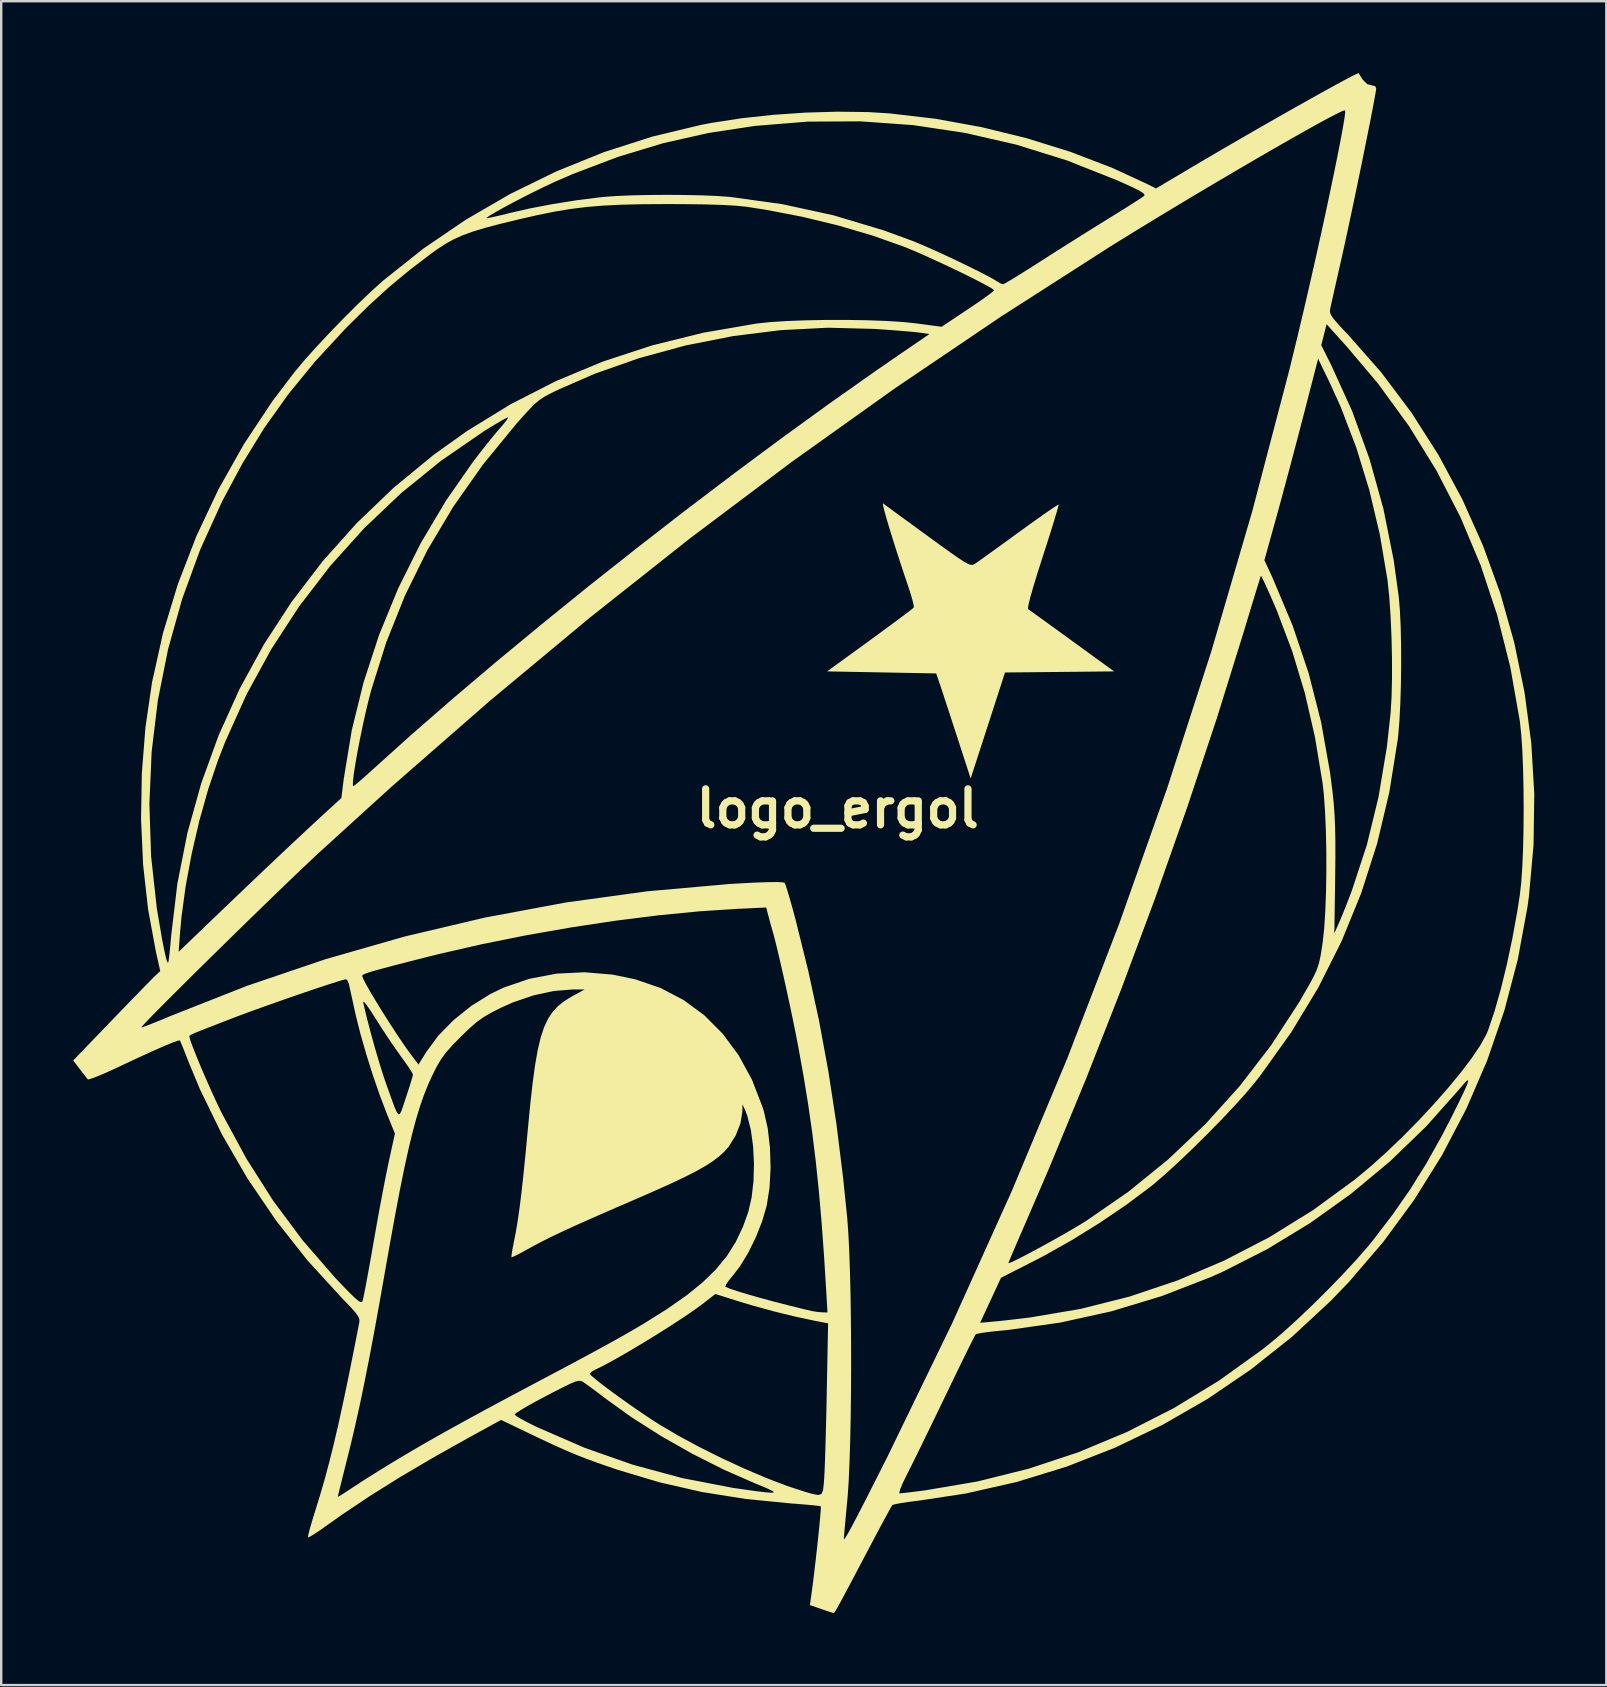
<source format=kicad_pcb>
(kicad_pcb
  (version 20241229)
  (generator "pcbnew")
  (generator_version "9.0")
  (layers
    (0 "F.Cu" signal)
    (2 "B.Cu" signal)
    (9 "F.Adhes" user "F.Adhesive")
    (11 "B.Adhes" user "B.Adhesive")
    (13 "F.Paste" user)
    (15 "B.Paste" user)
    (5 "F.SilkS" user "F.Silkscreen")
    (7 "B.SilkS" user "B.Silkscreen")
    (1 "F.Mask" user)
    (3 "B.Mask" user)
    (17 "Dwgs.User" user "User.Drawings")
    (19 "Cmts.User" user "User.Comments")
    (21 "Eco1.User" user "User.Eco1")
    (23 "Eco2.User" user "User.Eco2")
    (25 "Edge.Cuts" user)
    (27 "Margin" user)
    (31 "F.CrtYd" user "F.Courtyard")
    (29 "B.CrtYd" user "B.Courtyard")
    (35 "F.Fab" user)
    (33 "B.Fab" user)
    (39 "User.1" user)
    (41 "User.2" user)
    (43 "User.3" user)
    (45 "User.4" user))
  (footprint "logo_ergol"
    (layer "F.Cu")
    (at 31.851 30.638)
    (property "Reference" "logo_ergol" (at 0 0 0) (layer "F.SilkS") (effects (font (size 1.5 1.5) (thickness 0.3))))
    (attr board_only exclude_from_pos_files exclude_from_bom)
    (fp_poly (pts (xy 1.891 -12.715) (xy 1.984 -12.645) (xy 2.195 -12.491) (xy 2.503 -12.265) (xy 2.891 -11.982) (xy 3.337 -11.656) (xy 3.755 -11.352) (xy 4.292 -10.961) (xy 4.711 -10.661) (xy 5.027 -10.44) (xy 5.259 -10.289) (xy 5.423 -10.197) (xy 5.538 -10.154) (xy 5.619 -10.151) (xy 5.685 -10.176) (xy 5.714 -10.194) (xy 5.836 -10.279) (xy 6.073 -10.448) (xy 6.403 -10.685) (xy 6.805 -10.975) (xy 7.255 -11.302) (xy 7.541 -11.51) (xy 7.999 -11.841) (xy 8.41 -12.134) (xy 8.755 -12.375) (xy 9.015 -12.552) (xy 9.17 -12.65) (xy 9.207 -12.666) (xy 9.19 -12.58) (xy 9.127 -12.354) (xy 9.024 -12.011) (xy 8.888 -11.57) (xy 8.724 -11.054) (xy 8.545 -10.499) (xy 8.335 -9.843) (xy 8.165 -9.287) (xy 8.037 -8.843) (xy 7.957 -8.524) (xy 7.927 -8.345) (xy 7.934 -8.31) (xy 8.023 -8.247) (xy 8.23 -8.098) (xy 8.535 -7.878) (xy 8.919 -7.6) (xy 9.362 -7.279) (xy 9.767 -6.985) (xy 11.516 -5.715) (xy 9.244 -5.692) (xy 6.972 -5.67) (xy 6.257 -3.461) (xy 5.541 -1.253) (xy 4.967 -3.018) (xy 4.789 -3.565) (xy 4.62 -4.084) (xy 4.469 -4.543) (xy 4.347 -4.913) (xy 4.265 -5.162) (xy 4.249 -5.207) (xy 4.104 -5.63) (xy 1.832 -5.673) (xy -0.441 -5.715) (xy 1.345 -7.012) (xy 1.826 -7.364) (xy 2.262 -7.684) (xy 2.633 -7.96) (xy 2.921 -8.176) (xy 3.107 -8.321) (xy 3.172 -8.377) (xy 3.165 -8.482) (xy 3.11 -8.707) (xy 3.019 -9.014) (xy 2.959 -9.197) (xy 2.727 -9.887) (xy 2.513 -10.541) (xy 2.322 -11.14) (xy 2.158 -11.668) (xy 2.028 -12.107) (xy 1.936 -12.439) (xy 1.887 -12.649) (xy 1.888 -12.717)) (stroke (width 0) (type solid)) (fill yes) (layer "F.SilkS"))
    (fp_poly (pts (xy 21.76 -30.552) (xy 21.864 -30.386) (xy 21.872 -30.374) (xy 22.065 -30.182) (xy 22.227 -30.141) (xy 22.399 -30.095) (xy 22.437 -30.005) (xy 22.42 -29.872) (xy 22.371 -29.595) (xy 22.296 -29.194) (xy 22.198 -28.688) (xy 22.081 -28.1) (xy 21.95 -27.45) (xy 21.809 -26.757) (xy 21.662 -26.044) (xy 21.513 -25.33) (xy 21.366 -24.636) (xy 21.226 -23.983) (xy 21.097 -23.391) (xy 20.998 -22.945) (xy 20.871 -22.387) (xy 20.755 -21.873) (xy 20.656 -21.429) (xy 20.578 -21.084) (xy 20.529 -20.863) (xy 20.517 -20.807) (xy 20.51 -20.699) (xy 20.546 -20.582) (xy 20.642 -20.431) (xy 20.816 -20.222) (xy 21.086 -19.93) (xy 21.257 -19.751) (xy 22.642 -18.18) (xy 23.901 -16.504) (xy 25.031 -14.733) (xy 26.028 -12.878) (xy 26.889 -10.951) (xy 27.61 -8.962) (xy 28.187 -6.923) (xy 28.617 -4.844) (xy 28.898 -2.737) (xy 29.024 -0.612) (xy 28.993 1.519) (xy 28.802 3.645) (xy 28.739 4.106) (xy 28.336 6.29) (xy 27.775 8.423) (xy 27.059 10.499) (xy 26.192 12.509) (xy 25.178 14.444) (xy 24.022 16.298) (xy 22.727 18.062) (xy 21.298 19.727) (xy 20.537 20.517) (xy 18.928 22.009) (xy 17.216 23.37) (xy 15.411 24.597) (xy 13.524 25.683) (xy 11.564 26.625) (xy 9.539 27.418) (xy 7.461 28.057) (xy 5.339 28.538) (xy 3.433 28.827) (xy 3.019 28.88) (xy 2.667 28.932) (xy 2.411 28.979) (xy 2.284 29.015) (xy 2.278 29.019) (xy 2.223 29.11) (xy 2.101 29.328) (xy 1.926 29.651) (xy 1.709 30.054) (xy 1.463 30.517) (xy 1.371 30.692) (xy 0.987 31.42) (xy 0.675 32.012) (xy 0.426 32.483) (xy 0.233 32.844) (xy 0.088 33.112) (xy -0.015 33.299) (xy -0.086 33.419) (xy -0.13 33.487) (xy -0.156 33.516) (xy -0.169 33.52) (xy -0.266 33.491) (xy -0.473 33.423) (xy -0.684 33.35) (xy -1.156 33.185) (xy -1.088 32.7) (xy -1.036 32.311) (xy -0.98 31.852) (xy -0.921 31.354) (xy -0.864 30.843) (xy -0.81 30.348) (xy -0.764 29.897) (xy -0.729 29.518) (xy -0.706 29.24) (xy -0.7 29.09) (xy -0.702 29.072) (xy -0.795 29.054) (xy -1.026 29.027) (xy -1.362 28.997) (xy -1.772 28.964) (xy -1.914 28.954) (xy -3.833 28.766) (xy -5.652 28.476) (xy -7.412 28.074) (xy -9.154 27.554) (xy -9.385 27.476) (xy -9.961 27.276) (xy -10.449 27.098) (xy -10.892 26.926) (xy -11.333 26.74) (xy -11.814 26.524) (xy -12.377 26.261) (xy -12.791 26.063) (xy -14.025 25.472) (xy -15.373 26.211) (xy -16.889 27.062) (xy -18.261 27.872) (xy -19.508 28.653) (xy -20.647 29.416) (xy -21.238 29.835) (xy -21.553 30.057) (xy -21.815 30.232) (xy -21.997 30.341) (xy -22.069 30.368) (xy -22.06 30.277) (xy -22.005 30.056) (xy -21.914 29.736) (xy -21.795 29.347) (xy -21.761 29.239) (xy -21.586 28.674) (xy -20.828 28.674) (xy -20.763 28.645) (xy -20.59 28.539) (xy -20.339 28.376) (xy -20.192 28.278) (xy -19.889 28.079) (xy -19.484 27.821) (xy -19.024 27.534) (xy -18.552 27.244) (xy -18.367 27.132) (xy -17.744 26.762) (xy -17.082 26.378) (xy -16.363 25.971) (xy -15.567 25.531) (xy -15.041 25.244) (xy -13.462 25.244) (xy -13.39 25.31) (xy -13.193 25.429) (xy -12.901 25.586) (xy -12.542 25.764) (xy -12.51 25.779) (xy -10.525 26.641) (xy -8.523 27.343) (xy -6.479 27.895) (xy -4.366 28.303) (xy -3.387 28.442) (xy -2.988 28.489) (xy -2.743 28.506) (xy -2.653 28.488) (xy -2.718 28.429) (xy -2.939 28.324) (xy -3.318 28.166) (xy -3.441 28.116) (xy -4.737 27.547) (xy -6.058 26.881) (xy -7.353 26.146) (xy -8.575 25.369) (xy -9.606 24.63) (xy -9.942 24.375) (xy -10.245 24.149) (xy -10.482 23.977) (xy -10.614 23.886) (xy -10.692 23.849) (xy -10.786 23.842) (xy -10.921 23.874) (xy -11.118 23.953) (xy -11.403 24.089) (xy -11.798 24.291) (xy -12.131 24.465) (xy -12.561 24.693) (xy -12.932 24.9) (xy -13.222 25.071) (xy -13.406 25.191) (xy -13.462 25.244) (xy -15.041 25.244) (xy -14.678 25.046) (xy -13.675 24.508) (xy -12.541 23.905) (xy -12.43 23.846) (xy -11.863 23.546) (xy -10.329 23.546) (xy -10.263 23.627) (xy -10.078 23.787) (xy -9.799 24.007) (xy -9.447 24.271) (xy -9.045 24.564) (xy -8.617 24.868) (xy -8.185 25.166) (xy -7.771 25.443) (xy -7.451 25.648) (xy -6.656 26.119) (xy -5.771 26.597) (xy -4.834 27.064) (xy -3.885 27.503) (xy -2.961 27.896) (xy -2.101 28.225) (xy -1.397 28.456) (xy -1.037 28.56) (xy -0.807 28.6) (xy -0.676 28.556) (xy -0.611 28.406) (xy -0.578 28.129) (xy -0.563 27.919) (xy -0.548 27.664) (xy -0.532 27.266) (xy -0.515 26.751) (xy -0.497 26.145) (xy -0.48 25.475) (xy -0.463 24.766) (xy -0.455 24.334) (xy -0.399 21.448) (xy -0.94 21.344) (xy -1.748 21.172) (xy -2.634 20.955) (xy -3.521 20.713) (xy -4.156 20.522) (xy -5.097 20.224) (xy -5.575 20.599) (xy -5.927 20.859) (xy -6.389 21.176) (xy -6.931 21.53) (xy -7.52 21.903) (xy -8.126 22.275) (xy -8.718 22.627) (xy -9.264 22.941) (xy -9.734 23.197) (xy -10.096 23.375) (xy -10.097 23.375) (xy -10.261 23.469) (xy -10.329 23.546) (xy -11.863 23.546) (xy -11.536 23.372) (xy -10.773 22.965) (xy -10.123 22.615) (xy -9.567 22.311) (xy -9.086 22.044) (xy -8.661 21.802) (xy -8.274 21.576) (xy -8.05 21.442) (xy -7.101 20.846) (xy -6.299 20.285) (xy -5.628 19.742) (xy -5.072 19.2) (xy -4.616 18.644) (xy -4.246 18.056) (xy -3.945 17.421) (xy -3.725 16.806) (xy -3.586 16.207) (xy -3.507 15.519) (xy -3.487 14.788) (xy -3.525 14.06) (xy -3.619 13.382) (xy -3.767 12.798) (xy -3.851 12.58) (xy -3.966 12.319) (xy -3.972 12.633) (xy -4.052 13.122) (xy -4.253 13.629) (xy -4.546 14.093) (xy -4.733 14.304) (xy -4.947 14.498) (xy -5.199 14.69) (xy -5.505 14.888) (xy -5.882 15.101) (xy -6.346 15.338) (xy -6.914 15.608) (xy -7.604 15.919) (xy -8.43 16.281) (xy -8.636 16.37) (xy -9.527 16.755) (xy -10.28 17.085) (xy -10.915 17.368) (xy -11.451 17.614) (xy -11.907 17.831) (xy -12.303 18.028) (xy -12.657 18.214) (xy -12.959 18.381) (xy -13.24 18.536) (xy -13.459 18.646) (xy -13.579 18.695) (xy -13.591 18.695) (xy -13.589 18.605) (xy -13.556 18.393) (xy -13.5 18.105) (xy -13.494 18.075) (xy -13.409 17.642) (xy -13.329 17.16) (xy -13.25 16.61) (xy -13.171 15.97) (xy -13.089 15.221) (xy -13.001 14.342) (xy -12.914 13.42) (xy -12.813 12.366) (xy -12.713 11.466) (xy -12.61 10.706) (xy -12.499 10.069) (xy -12.374 9.541) (xy -12.231 9.107) (xy -12.064 8.752) (xy -11.868 8.461) (xy -11.638 8.218) (xy -11.37 8.009) (xy -11.057 7.818) (xy -11.007 7.791) (xy -10.541 7.538) (xy -11.049 7.538) (xy -11.833 7.601) (xy -12.675 7.784) (xy -13.528 8.075) (xy -14.035 8.301) (xy -14.446 8.509) (xy -14.769 8.7) (xy -15.057 8.909) (xy -15.36 9.174) (xy -15.709 9.512) (xy -16.063 9.873) (xy -16.325 10.17) (xy -16.528 10.449) (xy -16.709 10.757) (xy -16.878 11.091) (xy -17.061 11.494) (xy -17.234 11.925) (xy -17.4 12.4) (xy -17.562 12.931) (xy -17.724 13.534) (xy -17.889 14.222) (xy -18.061 15.01) (xy -18.244 15.912) (xy -18.439 16.941) (xy -18.652 18.113) (xy -18.84 19.177) (xy -19.085 20.566) (xy -19.31 21.807) (xy -19.52 22.919) (xy -19.719 23.922) (xy -19.909 24.836) (xy -20.096 25.68) (xy -20.282 26.473) (xy -20.409 26.983) (xy -20.536 27.487) (xy -20.647 27.933) (xy -20.737 28.295) (xy -20.799 28.548) (xy -20.827 28.668) (xy -20.828 28.674) (xy -21.586 28.674) (xy -21.563 28.599) (xy -21.372 27.941) (xy -21.186 27.244) (xy -20.998 26.492) (xy -20.805 25.664) (xy -20.603 24.741) (xy -20.386 23.706) (xy -20.152 22.539) (xy -19.93 21.404) (xy -19.925 21.295) (xy -19.967 21.175) (xy -20.074 21.02) (xy -20.262 20.804) (xy -20.55 20.503) (xy -20.662 20.388) (xy -22.081 18.836) (xy -23.396 17.17) (xy -24.591 15.411) (xy -25.653 13.58) (xy -26.569 11.699) (xy -27.015 10.626) (xy -27.159 10.259) (xy -27.281 9.954) (xy -27.368 9.743) (xy -27.406 9.658) (xy -27.497 9.672) (xy -27.729 9.757) (xy -28.088 9.906) (xy -28.564 10.116) (xy -29.144 10.381) (xy -29.817 10.697) (xy -29.966 10.768) (xy -30.383 10.96) (xy -30.746 11.117) (xy -31.027 11.229) (xy -31.201 11.283) (xy -31.243 11.283) (xy -31.321 11.184) (xy -31.465 10.998) (xy -31.574 10.857) (xy -31.851 10.495) (xy -30.884 9.491) (xy -27.009 9.491) (xy -27.009 9.504) (xy -26.975 9.641) (xy -26.881 9.904) (xy -26.74 10.263) (xy -26.563 10.693) (xy -26.362 11.163) (xy -26.149 11.646) (xy -25.936 12.115) (xy -25.734 12.541) (xy -25.656 12.7) (xy -24.634 14.587) (xy -23.515 16.346) (xy -22.287 17.995) (xy -20.935 19.551) (xy -20.667 19.834) (xy -20.34 20.17) (xy -20.109 20.395) (xy -19.955 20.523) (xy -19.861 20.567) (xy -19.809 20.543) (xy -19.796 20.519) (xy -19.765 20.396) (xy -19.711 20.13) (xy -19.637 19.744) (xy -19.548 19.262) (xy -19.448 18.708) (xy -19.345 18.119) (xy -19.226 17.443) (xy -19.101 16.751) (xy -18.976 16.082) (xy -18.859 15.474) (xy -18.757 14.968) (xy -18.702 14.708) (xy -18.447 13.54) (xy -18.783 12.718) (xy -19.068 11.972) (xy -19.359 11.13) (xy -19.635 10.254) (xy -19.88 9.401) (xy -20.074 8.631) (xy -20.102 8.505) (xy -20.192 8.095) (xy -20.196 8.074) (xy -19.77 8.074) (xy -19.768 8.086) (xy -19.631 8.663) (xy -19.462 9.316) (xy -19.274 9.993) (xy -19.083 10.641) (xy -18.903 11.206) (xy -18.81 11.478) (xy -18.621 12.006) (xy -18.483 12.387) (xy -18.382 12.627) (xy -18.306 12.737) (xy -18.242 12.725) (xy -18.176 12.599) (xy -18.097 12.369) (xy -17.99 12.043) (xy -17.987 12.034) (xy -17.868 11.672) (xy -17.772 11.368) (xy -17.712 11.159) (xy -17.695 11.084) (xy -17.743 10.986) (xy -17.87 10.786) (xy -18.056 10.52) (xy -18.177 10.354) (xy -18.421 10.011) (xy -18.713 9.582) (xy -19.013 9.126) (xy -19.241 8.767) (xy -19.475 8.402) (xy -19.645 8.159) (xy -19.746 8.047) (xy -19.77 8.074) (xy -20.196 8.074) (xy -20.272 7.731) (xy -20.333 7.453) (xy -20.366 7.302) (xy -20.429 7.154) (xy -20.489 7.112) (xy -20.61 7.139) (xy -20.866 7.216) (xy -21.233 7.334) (xy -21.687 7.484) (xy -22.204 7.659) (xy -22.76 7.85) (xy -23.33 8.05) (xy -23.891 8.248) (xy -24.418 8.438) (xy -24.888 8.611) (xy -25.209 8.733) (xy -25.786 8.957) (xy -26.225 9.127) (xy -26.544 9.253) (xy -26.762 9.341) (xy -26.898 9.401) (xy -26.972 9.441) (xy -27.003 9.468) (xy -27.009 9.491) (xy -30.884 9.491) (xy -30.523 9.116) (xy -29.012 9.116) (xy -28.928 9.095) (xy -28.716 9.017) (xy -28.403 8.894) (xy -28.015 8.735) (xy -27.763 8.629) (xy -24.589 7.378) (xy -23.389 6.972) (xy -19.812 6.972) (xy -19.767 7.095) (xy -19.643 7.334) (xy -19.456 7.663) (xy -19.22 8.057) (xy -18.952 8.492) (xy -18.667 8.941) (xy -18.381 9.381) (xy -18.109 9.786) (xy -17.867 10.131) (xy -17.745 10.295) (xy -17.463 10.664) (xy -17.141 10.142) (xy -16.637 9.459) (xy -15.999 8.809) (xy -15.264 8.221) (xy -14.467 7.725) (xy -13.908 7.455) (xy -12.835 7.09) (xy -11.708 6.878) (xy -10.548 6.82) (xy -9.376 6.919) (xy -8.435 7.114) (xy -7.383 7.474) (xy -6.421 7.976) (xy -5.554 8.615) (xy -4.787 9.385) (xy -4.124 10.282) (xy -3.57 11.3) (xy -3.13 12.436) (xy -3.074 12.615) (xy -2.914 13.324) (xy -2.821 14.129) (xy -2.795 14.971) (xy -2.839 15.791) (xy -2.954 16.528) (xy -2.961 16.56) (xy -3.149 17.203) (xy -3.414 17.872) (xy -3.731 18.514) (xy -4.076 19.08) (xy -4.358 19.446) (xy -4.54 19.668) (xy -4.656 19.839) (xy -4.681 19.922) (xy -4.679 19.924) (xy -4.505 19.998) (xy -4.192 20.104) (xy -3.765 20.234) (xy -3.25 20.381) (xy -2.673 20.538) (xy -2.058 20.696) (xy -1.432 20.851) (xy -1.058 20.939) (xy -0.841 20.973) (xy -0.657 20.988) (xy -0.425 20.997) (xy -0.47 20.214) (xy -0.567 18.652) (xy -0.671 17.229) (xy -0.786 15.914) (xy -0.915 14.678) (xy -1.062 13.49) (xy -1.23 12.32) (xy -1.423 11.137) (xy -1.644 9.912) (xy -1.658 9.836) (xy -1.764 9.296) (xy -1.888 8.687) (xy -2.025 8.041) (xy -2.167 7.387) (xy -2.308 6.755) (xy -2.441 6.178) (xy -2.559 5.684) (xy -2.656 5.304) (xy -2.707 5.122) (xy -2.778 4.875) (xy -2.86 4.574) (xy -2.881 4.496) (xy -2.977 4.123) (xy -4.134 4.176) (xy -5.737 4.279) (xy -7.459 4.447) (xy -9.262 4.673) (xy -11.111 4.953) (xy -12.971 5.279) (xy -14.804 5.647) (xy -16.574 6.052) (xy -17.086 6.179) (xy -17.837 6.37) (xy -18.44 6.525) (xy -18.909 6.649) (xy -19.261 6.745) (xy -19.511 6.82) (xy -19.676 6.877) (xy -19.769 6.921) (xy -19.808 6.956) (xy -19.812 6.972) (xy -23.389 6.972) (xy -21.344 6.278) (xy -18.043 5.332) (xy -14.698 4.542) (xy -11.322 3.913) (xy -7.927 3.446) (xy -4.527 3.145) (xy -4.086 3.118) (xy -3.436 3.084) (xy -2.912 3.066) (xy -2.525 3.063) (xy -2.287 3.074) (xy -2.211 3.095) (xy -2.166 3.199) (xy -2.088 3.44) (xy -1.985 3.789) (xy -1.864 4.22) (xy -1.747 4.657) (xy -1.224 6.769) (xy -0.773 8.856) (xy -0.386 10.957) (xy -0.056 13.112) (xy 0.224 15.363) (xy 0.398 17.06) (xy 0.442 17.655) (xy 0.48 18.391) (xy 0.51 19.244) (xy 0.534 20.188) (xy 0.549 21.198) (xy 0.558 22.25) (xy 0.56 23.317) (xy 0.554 24.376) (xy 0.541 25.399) (xy 0.521 26.363) (xy 0.493 27.242) (xy 0.459 28.011) (xy 0.417 28.645) (xy 0.4 28.828) (xy 0.354 29.321) (xy 0.313 29.757) (xy 0.282 30.108) (xy 0.262 30.344) (xy 0.256 30.436) (xy 0.278 30.438) (xy 0.344 30.344) (xy 0.459 30.147) (xy 0.626 29.839) (xy 0.85 29.413) (xy 1.134 28.861) (xy 1.314 28.506) (xy 2.566 28.506) (xy 2.579 28.533) (xy 2.698 28.522) (xy 2.948 28.494) (xy 3.29 28.452) (xy 3.646 28.406) (xy 5.82 28.037) (xy 7.952 27.506) (xy 10.033 26.817) (xy 12.055 25.973) (xy 14.007 24.979) (xy 15.881 23.839) (xy 17.669 22.555) (xy 17.992 22.3) (xy 18.526 21.851) (xy 19.131 21.304) (xy 19.775 20.692) (xy 20.427 20.046) (xy 21.055 19.397) (xy 21.629 18.777) (xy 22.116 18.217) (xy 22.3 17.992) (xy 23.127 16.91) (xy 23.86 15.856) (xy 24.532 14.779) (xy 25.178 13.623) (xy 25.61 12.785) (xy 25.888 12.224) (xy 26.09 11.804) (xy 26.217 11.518) (xy 26.272 11.357) (xy 26.258 11.312) (xy 26.175 11.376) (xy 26.027 11.54) (xy 25.904 11.687) (xy 24.52 13.243) (xy 23.01 14.701) (xy 21.393 16.047) (xy 19.685 17.269) (xy 17.902 18.354) (xy 16.061 19.29) (xy 15.539 19.523) (xy 13.501 20.313) (xy 11.41 20.945) (xy 9.278 21.416) (xy 7.121 21.722) (xy 6.779 21.755) (xy 6.389 21.795) (xy 6.064 21.837) (xy 5.838 21.877) (xy 5.749 21.906) (xy 5.699 21.996) (xy 5.585 22.219) (xy 5.416 22.559) (xy 5.201 22.997) (xy 4.948 23.515) (xy 4.668 24.095) (xy 4.456 24.534) (xy 4.144 25.183) (xy 3.836 25.817) (xy 3.547 26.411) (xy 3.289 26.939) (xy 3.072 27.378) (xy 2.91 27.701) (xy 2.852 27.815) (xy 2.703 28.121) (xy 2.603 28.362) (xy 2.566 28.506) (xy 1.314 28.506) (xy 1.482 28.176) (xy 1.899 27.349) (xy 2.123 26.904) (xy 4.766 21.453) (xy 4.778 21.425) (xy 5.935 21.425) (xy 6.502 21.374) (xy 6.829 21.342) (xy 7.259 21.294) (xy 7.729 21.238) (xy 8.043 21.199) (xy 10.115 20.848) (xy 12.157 20.334) (xy 14.157 19.661) (xy 16.105 18.833) (xy 17.992 17.856) (xy 19.804 16.732) (xy 21.533 15.468) (xy 21.547 15.457) (xy 22.199 14.916) (xy 22.869 14.314) (xy 23.543 13.668) (xy 24.205 12.997) (xy 24.838 12.317) (xy 25.426 11.648) (xy 25.955 11.007) (xy 26.407 10.411) (xy 26.767 9.878) (xy 27.019 9.427) (xy 27.094 9.252) (xy 27.362 8.461) (xy 27.626 7.535) (xy 27.878 6.508) (xy 28.11 5.413) (xy 28.315 4.286) (xy 28.422 3.598) (xy 28.48 3.086) (xy 28.524 2.438) (xy 28.556 1.688) (xy 28.575 0.869) (xy 28.581 0.014) (xy 28.575 -0.843) (xy 28.556 -1.669) (xy 28.525 -2.431) (xy 28.48 -3.095) (xy 28.424 -3.628) (xy 28.422 -3.641) (xy 28.026 -5.888) (xy 27.48 -8.056) (xy 26.786 -10.144) (xy 25.942 -12.153) (xy 24.947 -14.084) (xy 23.803 -15.937) (xy 22.508 -17.713) (xy 21.205 -19.255) (xy 20.37 -20.18) (xy 20.259 -19.743) (xy 20.148 -19.306) (xy 20.562 -18.479) (xy 21.438 -16.551) (xy 22.162 -14.556) (xy 22.738 -12.49) (xy 23.167 -10.345) (xy 23.379 -8.805) (xy 23.425 -8.253) (xy 23.457 -7.572) (xy 23.474 -6.803) (xy 23.477 -5.985) (xy 23.466 -5.159) (xy 23.442 -4.364) (xy 23.404 -3.641) (xy 23.353 -3.029) (xy 23.336 -2.882) (xy 22.984 -0.68) (xy 22.476 1.457) (xy 21.812 3.527) (xy 20.994 5.53) (xy 20.022 7.463) (xy 18.896 9.324) (xy 17.618 11.112) (xy 17.369 11.43) (xy 16.999 11.87) (xy 16.528 12.392) (xy 15.986 12.966) (xy 15.4 13.563) (xy 14.8 14.157) (xy 14.213 14.717) (xy 13.668 15.216) (xy 13.194 15.626) (xy 13.039 15.752) (xy 12.03 16.506) (xy 10.915 17.263) (xy 9.753 17.983) (xy 8.603 18.631) (xy 8.233 18.823) (xy 6.804 19.55) (xy 6.37 20.487) (xy 5.935 21.425) (xy 4.778 21.425) (xy 5.9 18.939) (xy 7.112 18.939) (xy 7.181 18.924) (xy 7.373 18.838) (xy 7.663 18.693) (xy 8.027 18.503) (xy 8.441 18.28) (xy 8.881 18.038) (xy 9.323 17.789) (xy 9.743 17.548) (xy 10.116 17.327) (xy 10.358 17.177) (xy 12.122 15.958) (xy 13.781 14.609) (xy 15.329 13.139) (xy 16.757 11.555) (xy 18.057 9.865) (xy 19.222 8.078) (xy 19.675 7.291) (xy 19.848 6.966) (xy 19.97 6.695) (xy 20.057 6.425) (xy 20.126 6.104) (xy 20.192 5.68) (xy 20.21 5.555) (xy 20.272 4.975) (xy 20.317 4.264) (xy 20.347 3.46) (xy 20.36 2.603) (xy 20.358 1.728) (xy 20.339 0.876) (xy 20.304 0.084) (xy 20.254 -0.611) (xy 20.204 -1.058) (xy 19.884 -2.986) (xy 19.466 -4.803) (xy 18.942 -6.543) (xy 18.301 -8.238) (xy 18.07 -8.777) (xy 17.909 -9.137) (xy 17.774 -9.431) (xy 17.678 -9.63) (xy 17.635 -9.704) (xy 17.634 -9.704) (xy 17.606 -9.621) (xy 17.536 -9.397) (xy 17.43 -9.052) (xy 17.294 -8.607) (xy 17.135 -8.082) (xy 16.959 -7.499) (xy 16.931 -7.404) (xy 15.798 -3.765) (xy 14.56 -0.044) (xy 13.231 3.725) (xy 11.823 7.503) (xy 10.351 11.253) (xy 8.829 14.938) (xy 7.884 17.132) (xy 7.663 17.64) (xy 7.467 18.094) (xy 7.304 18.472) (xy 7.186 18.752) (xy 7.121 18.911) (xy 7.112 18.939) (xy 5.9 18.939) (xy 7.246 15.955) (xy 9.567 10.406) (xy 11.728 4.803) (xy 13.731 -0.859) (xy 15.578 -6.584) (xy 16.678 -10.348) (xy 17.779 -10.348) (xy 18.126 -9.598) (xy 18.953 -7.63) (xy 19.623 -5.64) (xy 20.141 -3.605) (xy 20.515 -1.502) (xy 20.62 -0.677) (xy 20.668 -0.208) (xy 20.703 0.267) (xy 20.725 0.781) (xy 20.736 1.365) (xy 20.736 2.054) (xy 20.728 2.874) (xy 20.693 5.198) (xy 20.898 4.737) (xy 21.016 4.456) (xy 21.169 4.076) (xy 21.332 3.656) (xy 21.427 3.406) (xy 22.048 1.514) (xy 22.533 -0.476) (xy 22.882 -2.565) (xy 23.037 -3.979) (xy 23.077 -4.636) (xy 23.096 -5.414) (xy 23.095 -6.265) (xy 23.075 -7.145) (xy 23.037 -8.005) (xy 22.983 -8.8) (xy 22.913 -9.481) (xy 22.901 -9.567) (xy 22.585 -11.434) (xy 22.149 -13.274) (xy 21.603 -15.054) (xy 20.956 -16.741) (xy 20.507 -17.731) (xy 20.018 -18.741) (xy 19.396 -16.334) (xy 19.205 -15.6) (xy 18.997 -14.81) (xy 18.784 -14.009) (xy 18.579 -13.246) (xy 18.395 -12.565) (xy 18.277 -12.138) (xy 17.779 -10.348) (xy 16.678 -10.348) (xy 17.27 -12.376) (xy 18.809 -18.237) (xy 19.162 -19.685) (xy 19.368 -20.548) (xy 19.576 -21.442) (xy 19.784 -22.352) (xy 19.989 -23.264) (xy 20.187 -24.162) (xy 20.375 -25.03) (xy 20.55 -25.854) (xy 20.709 -26.619) (xy 20.848 -27.308) (xy 20.964 -27.906) (xy 21.055 -28.4) (xy 21.117 -28.773) (xy 21.146 -29.009) (xy 21.142 -29.093) (xy 21.052 -29.071) (xy 20.83 -28.968) (xy 20.488 -28.791) (xy 20.041 -28.549) (xy 19.5 -28.249) (xy 18.878 -27.897) (xy 18.189 -27.503) (xy 17.445 -27.072) (xy 16.658 -26.613) (xy 15.842 -26.132) (xy 15.009 -25.638) (xy 14.173 -25.137) (xy 13.345 -24.638) (xy 12.54 -24.147) (xy 11.769 -23.672) (xy 11.328 -23.398) (xy 6.807 -20.499) (xy 2.396 -17.517) (xy -1.921 -14.439) (xy -6.161 -11.252) (xy -10.341 -7.943) (xy -14.477 -4.501) (xy -18.587 -0.911) (xy -21.632 1.858) (xy -21.972 2.176) (xy -22.385 2.568) (xy -22.859 3.021) (xy -23.382 3.525) (xy -23.94 4.066) (xy -24.523 4.633) (xy -25.118 5.214) (xy -25.711 5.796) (xy -26.293 6.367) (xy -26.849 6.916) (xy -27.367 7.431) (xy -27.837 7.899) (xy -28.244 8.308) (xy -28.577 8.646) (xy -28.824 8.902) (xy -28.973 9.062) (xy -29.012 9.116) (xy -30.523 9.116) (xy -30.243 8.825) (xy -29.809 8.375) (xy -29.405 7.957) (xy -29.047 7.589) (xy -28.753 7.288) (xy -28.541 7.073) (xy -28.429 6.963) (xy -28.224 6.772) (xy -28.409 5.946) (xy -28.732 4.191) (xy -28.938 2.348) (xy -29.024 0.449) (xy -29.014 -0.195) (xy -28.677 -0.195) (xy -28.606 1.984) (xy -28.366 4.167) (xy -28.145 5.461) (xy -28.058 5.898) (xy -27.994 6.189) (xy -27.946 6.355) (xy -27.91 6.418) (xy -27.891 6.414) (xy -27.872 6.321) (xy -27.844 6.093) (xy -27.831 5.969) (xy -27.458 5.969) (xy -25.915 4.487) (xy -25.402 3.995) (xy -24.845 3.463) (xy -24.283 2.927) (xy -23.753 2.424) (xy -23.295 1.99) (xy -23.172 1.874) (xy -22.744 1.472) (xy -22.307 1.063) (xy -21.895 0.679) (xy -21.543 0.353) (xy -21.324 0.152) (xy -20.678 -0.438) (xy -20.611 -0.98) (xy -20.201 -0.98) (xy -20.184 -0.931) (xy -20.105 -0.985) (xy -19.927 -1.133) (xy -19.675 -1.354) (xy -19.373 -1.625) (xy -19.315 -1.678) (xy -17.744 -3.092) (xy -16.045 -4.572) (xy -14.24 -6.103) (xy -12.348 -7.668) (xy -10.39 -9.253) (xy -8.386 -10.839) (xy -6.357 -12.413) (xy -4.322 -13.957) (xy -2.304 -15.455) (xy -0.321 -16.891) (xy 1.606 -18.25) (xy 2.652 -18.971) (xy 3.822 -19.77) (xy 3.456 -19.825) (xy 3.254 -19.849) (xy 2.917 -19.88) (xy 2.482 -19.916) (xy 1.983 -19.953) (xy 1.521 -19.985) (xy -0.41 -20.034) (xy -2.381 -19.932) (xy -4.364 -19.684) (xy -6.332 -19.296) (xy -8.259 -18.771) (xy -10.118 -18.117) (xy -11.639 -17.454) (xy -11.965 -17.296) (xy -12.217 -17.16) (xy -12.428 -17.02) (xy -12.631 -16.849) (xy -12.857 -16.621) (xy -13.14 -16.31) (xy -13.381 -16.038) (xy -14.776 -14.337) (xy -16.013 -12.581) (xy -17.096 -10.764) (xy -18.027 -8.879) (xy -18.811 -6.917) (xy -19.442 -4.911) (xy -19.558 -4.461) (xy -19.678 -3.956) (xy -19.796 -3.42) (xy -19.907 -2.88) (xy -20.007 -2.36) (xy -20.091 -1.884) (xy -20.155 -1.479) (xy -20.193 -1.169) (xy -20.201 -0.98) (xy -20.611 -0.98) (xy -20.576 -1.256) (xy -20.245 -3.263) (xy -19.752 -5.263) (xy -19.105 -7.239) (xy -18.311 -9.173) (xy -17.378 -11.046) (xy -16.312 -12.84) (xy -15.218 -14.411) (xy -14.917 -14.806) (xy -14.61 -15.196) (xy -14.332 -15.539) (xy -14.117 -15.793) (xy -14.097 -15.815) (xy -13.905 -16.039) (xy -13.773 -16.21) (xy -13.729 -16.296) (xy -13.73 -16.298) (xy -13.811 -16.269) (xy -14.007 -16.163) (xy -14.291 -15.995) (xy -14.639 -15.782) (xy -14.763 -15.704) (xy -16.528 -14.489) (xy -18.183 -13.147) (xy -19.722 -11.685) (xy -21.142 -10.109) (xy -22.436 -8.425) (xy -23.6 -6.638) (xy -24.629 -4.756) (xy -25.518 -2.783) (xy -25.823 -1.999) (xy -26.231 -0.79) (xy -26.599 0.521) (xy -26.914 1.879) (xy -27.166 3.233) (xy -27.341 4.527) (xy -27.399 5.165) (xy -27.458 5.969) (xy -27.831 5.969) (xy -27.81 5.761) (xy -27.774 5.358) (xy -27.768 5.285) (xy -27.51 3.124) (xy -27.091 1.008) (xy -26.516 -1.054) (xy -25.79 -3.055) (xy -24.917 -4.988) (xy -23.901 -6.846) (xy -22.746 -8.62) (xy -21.457 -10.305) (xy -20.039 -11.891) (xy -18.494 -13.373) (xy -16.829 -14.741) (xy -15.452 -15.724) (xy -13.638 -16.839) (xy -11.75 -17.805) (xy -9.784 -18.624) (xy -7.737 -19.296) (xy -5.604 -19.824) (xy -3.387 -20.207) (xy -2.821 -20.267) (xy -2.125 -20.312) (xy -1.334 -20.342) (xy -0.487 -20.358) (xy 0.379 -20.359) (xy 1.227 -20.345) (xy 2.019 -20.316) (xy 2.719 -20.272) (xy 3.287 -20.213) (xy 4.33 -20.073) (xy 5.424 -20.802) (xy 5.8 -21.056) (xy 6.12 -21.28) (xy 6.361 -21.456) (xy 6.497 -21.566) (xy 6.519 -21.593) (xy 6.446 -21.656) (xy 6.242 -21.775) (xy 5.932 -21.94) (xy 5.54 -22.139) (xy 5.09 -22.36) (xy 4.606 -22.592) (xy 4.112 -22.822) (xy 3.633 -23.039) (xy 3.193 -23.232) (xy 2.816 -23.388) (xy 2.757 -23.411) (xy 1.445 -23.876) (xy 0.015 -24.296) (xy -1.487 -24.659) (xy -3.012 -24.952) (xy -3.81 -25.075) (xy -4.237 -25.118) (xy -4.83 -25.151) (xy -5.587 -25.173) (xy -6.504 -25.184) (xy -7.197 -25.185) (xy -8.182 -25.179) (xy -9.033 -25.158) (xy -9.785 -25.121) (xy -10.473 -25.063) (xy -11.132 -24.981) (xy -11.796 -24.87) (xy -12.501 -24.728) (xy -13.281 -24.55) (xy -13.293 -24.547) (xy -14.055 -24.362) (xy -14.679 -24.197) (xy -15.19 -24.043) (xy -15.617 -23.888) (xy -15.987 -23.723) (xy -16.327 -23.536) (xy -16.664 -23.317) (xy -16.891 -23.156) (xy -17.812 -22.456) (xy -18.672 -21.743) (xy -19.518 -20.974) (xy -20.397 -20.108) (xy -20.532 -19.971) (xy -21.778 -18.621) (xy -22.886 -17.267) (xy -23.883 -15.868) (xy -24.796 -14.387) (xy -25.649 -12.794) (xy -26.561 -10.788) (xy -27.311 -8.734) (xy -27.898 -6.641) (xy -28.323 -4.515) (xy -28.583 -2.364) (xy -28.677 -0.195) (xy -29.014 -0.195) (xy -28.992 -1.472) (xy -28.841 -3.381) (xy -28.569 -5.246) (xy -28.569 -5.249) (xy -28.111 -7.308) (xy -27.492 -9.347) (xy -26.719 -11.35) (xy -25.8 -13.299) (xy -24.741 -15.18) (xy -23.551 -16.974) (xy -22.617 -18.203) (xy -22.218 -18.678) (xy -21.723 -19.23) (xy -21.165 -19.826) (xy -20.578 -20.432) (xy -19.994 -21.015) (xy -19.445 -21.54) (xy -18.965 -21.974) (xy -18.923 -22.01) (xy -17.263 -23.329) (xy -15.497 -24.531) (xy -15.383 -24.598) (xy -14.632 -24.598) (xy -14.544 -24.608) (xy -14.327 -24.653) (xy -14.012 -24.726) (xy -13.674 -24.809) (xy -12.819 -25.005) (xy -11.864 -25.187) (xy -10.876 -25.344) (xy -9.925 -25.465) (xy -9.737 -25.484) (xy -9.233 -25.521) (xy -8.603 -25.548) (xy -7.887 -25.564) (xy -7.128 -25.569) (xy -6.369 -25.564) (xy -5.65 -25.549) (xy -5.014 -25.522) (xy -4.503 -25.485) (xy -4.487 -25.484) (xy -2.318 -25.184) (xy -0.177 -24.718) (xy 1.925 -24.088) (xy 3.133 -23.645) (xy 3.51 -23.489) (xy 3.964 -23.29) (xy 4.464 -23.062) (xy 4.979 -22.82) (xy 5.478 -22.579) (xy 5.929 -22.354) (xy 6.302 -22.161) (xy 6.564 -22.013) (xy 6.64 -21.964) (xy 6.801 -21.871) (xy 6.889 -21.844) (xy 6.98 -21.888) (xy 7.191 -22.01) (xy 7.5 -22.198) (xy 7.884 -22.438) (xy 8.322 -22.715) (xy 8.457 -22.802) (xy 9.026 -23.166) (xy 9.662 -23.568) (xy 10.308 -23.975) (xy 10.911 -24.35) (xy 11.303 -24.593) (xy 11.737 -24.861) (xy 12.126 -25.105) (xy 12.444 -25.308) (xy 12.668 -25.455) (xy 12.77 -25.528) (xy 12.785 -25.58) (xy 12.718 -25.651) (xy 12.554 -25.751) (xy 12.275 -25.89) (xy 11.863 -26.078) (xy 11.627 -26.182) (xy 9.549 -27.005) (xy 7.439 -27.662) (xy 5.3 -28.152) (xy 3.138 -28.476) (xy 0.955 -28.632) (xy -1.243 -28.621) (xy -3.453 -28.441) (xy -5.376 -28.149) (xy -7.256 -27.726) (xy -9.154 -27.152) (xy -11.038 -26.437) (xy -11.847 -26.084) (xy -12.238 -25.9) (xy -12.667 -25.69) (xy -13.108 -25.467) (xy -13.536 -25.244) (xy -13.927 -25.034) (xy -14.254 -24.851) (xy -14.494 -24.709) (xy -14.62 -24.619) (xy -14.632 -24.598) (xy -15.383 -24.598) (xy -13.644 -25.607) (xy -11.721 -26.548) (xy -9.745 -27.347) (xy -7.732 -27.994) (xy -5.701 -28.483) (xy -5.249 -28.569) (xy -4.005 -28.761) (xy -2.681 -28.904) (xy -1.327 -28.997) (xy 0.006 -29.035) (xy 1.27 -29.018) (xy 2.159 -28.964) (xy 4.067 -28.741) (xy 5.978 -28.394) (xy 7.863 -27.933) (xy 9.689 -27.365) (xy 11.426 -26.7) (xy 12.875 -26.031) (xy 13.262 -25.836) (xy 14.695 -26.687) (xy 15.367 -27.084) (xy 16.071 -27.495) (xy 16.792 -27.914) (xy 17.517 -28.332) (xy 18.229 -28.739) (xy 18.915 -29.129) (xy 19.559 -29.491) (xy 20.146 -29.819) (xy 20.661 -30.103) (xy 21.089 -30.336) (xy 21.416 -30.508) (xy 21.626 -30.611) (xy 21.705 -30.638)) (stroke (width 0) (type solid)) (fill yes) (layer "F.SilkS")))
  (gr_rect
    (start -3 -3)
    (end 63.876 67.157)
    (stroke (width 0.1) (type default))
    (fill no)
    (layer "Edge.Cuts")))
</source>
